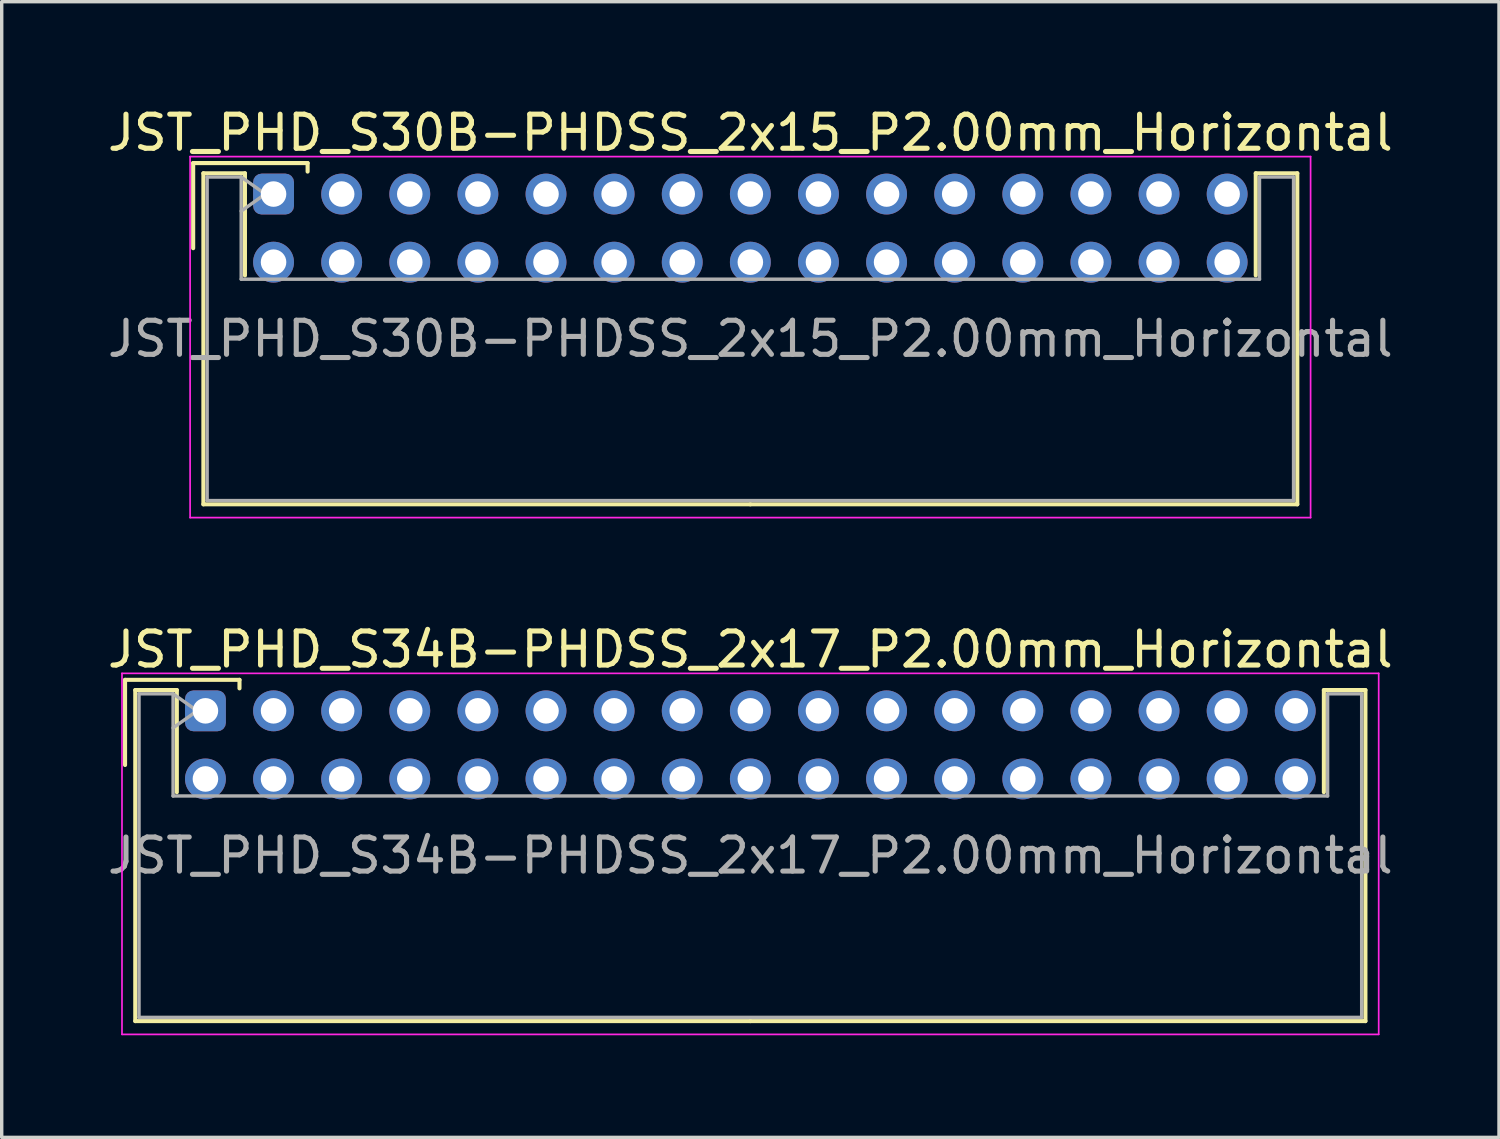
<source format=kicad_pcb>
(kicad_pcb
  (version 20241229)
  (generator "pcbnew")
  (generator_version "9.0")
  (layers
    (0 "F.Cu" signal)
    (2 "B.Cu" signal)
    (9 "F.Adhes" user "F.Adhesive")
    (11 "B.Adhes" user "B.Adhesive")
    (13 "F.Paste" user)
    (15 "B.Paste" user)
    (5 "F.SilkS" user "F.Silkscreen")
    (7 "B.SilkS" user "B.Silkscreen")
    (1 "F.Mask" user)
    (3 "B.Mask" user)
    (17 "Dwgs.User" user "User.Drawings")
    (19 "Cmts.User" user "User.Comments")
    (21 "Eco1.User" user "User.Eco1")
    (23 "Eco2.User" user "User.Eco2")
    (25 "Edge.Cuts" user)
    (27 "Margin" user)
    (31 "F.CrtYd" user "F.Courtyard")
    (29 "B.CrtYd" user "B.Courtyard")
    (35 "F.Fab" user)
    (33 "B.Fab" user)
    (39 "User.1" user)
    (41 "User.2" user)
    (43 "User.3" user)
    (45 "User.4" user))
  (footprint "JST_PHD_S30B-PHDSS_2x15_P2.00mm_Horizontal"
    (layer "F.Cu")
    (at 4.982 2.648)
    (property "Reference" "JST_PHD_S30B-PHDSS_2x15_P2.00mm_Horizontal" (at 14 -1.8 0) (layer "F.SilkS") (effects (font (size 1 1) (thickness 0.15))))
    (attr through_hole)
    (fp_line (start -2.36 -0.91) (end -2.36 1.59) (stroke (width 0.12) (type solid)) (layer "F.SilkS"))
    (fp_line (start -2.06 -0.61) (end -2.06 9.11) (stroke (width 0.12) (type solid)) (layer "F.SilkS"))
    (fp_line (start -2.06 9.11) (end 14 9.11) (stroke (width 0.12) (type solid)) (layer "F.SilkS"))
    (fp_line (start -0.84 -0.61) (end -2.06 -0.61) (stroke (width 0.12) (type solid)) (layer "F.SilkS"))
    (fp_line (start -0.84 2.39) (end -0.84 -0.61) (stroke (width 0.12) (type solid)) (layer "F.SilkS"))
    (fp_line (start 1 -0.91) (end -2.36 -0.91) (stroke (width 0.12) (type solid)) (layer "F.SilkS"))
    (fp_line (start 1 -0.66) (end 1 -0.91) (stroke (width 0.12) (type solid)) (layer "F.SilkS"))
    (fp_line (start 28.84 -0.61) (end 30.06 -0.61) (stroke (width 0.12) (type solid)) (layer "F.SilkS"))
    (fp_line (start 28.84 2.39) (end 28.84 -0.61) (stroke (width 0.12) (type solid)) (layer "F.SilkS"))
    (fp_line (start 30.06 -0.61) (end 30.06 9.11) (stroke (width 0.12) (type solid)) (layer "F.SilkS"))
    (fp_line (start 30.06 9.11) (end 14 9.11) (stroke (width 0.12) (type solid)) (layer "F.SilkS"))
    (fp_line (start -2.45 -1.1) (end -2.45 9.5) (stroke (width 0.05) (type solid)) (layer "F.CrtYd"))
    (fp_line (start -2.45 9.5) (end 30.45 9.5) (stroke (width 0.05) (type solid)) (layer "F.CrtYd"))
    (fp_line (start 30.45 -1.1) (end -2.45 -1.1) (stroke (width 0.05) (type solid)) (layer "F.CrtYd"))
    (fp_line (start 30.45 9.5) (end 30.45 -1.1) (stroke (width 0.05) (type solid)) (layer "F.CrtYd"))
    (fp_line (start -1.95 -0.5) (end -0.95 -0.5) (stroke (width 0.1) (type solid)) (layer "F.Fab"))
    (fp_line (start -1.95 9) (end -1.95 -0.5) (stroke (width 0.1) (type solid)) (layer "F.Fab"))
    (fp_line (start -0.95 -0.5) (end -0.95 2.5) (stroke (width 0.1) (type solid)) (layer "F.Fab"))
    (fp_line (start -0.95 -0.5) (end -0.243 0) (stroke (width 0.1) (type solid)) (layer "F.Fab"))
    (fp_line (start -0.95 2.5) (end 28.95 2.5) (stroke (width 0.1) (type solid)) (layer "F.Fab"))
    (fp_line (start -0.243 0) (end -0.95 0.5) (stroke (width 0.1) (type solid)) (layer "F.Fab"))
    (fp_line (start 28.95 -0.5) (end 29.95 -0.5) (stroke (width 0.1) (type solid)) (layer "F.Fab"))
    (fp_line (start 28.95 2.5) (end 28.95 -0.5) (stroke (width 0.1) (type solid)) (layer "F.Fab"))
    (fp_line (start 29.95 -0.5) (end 29.95 9) (stroke (width 0.1) (type solid)) (layer "F.Fab"))
    (fp_line (start 29.95 9) (end -1.95 9) (stroke (width 0.1) (type solid)) (layer "F.Fab"))
    (fp_text user "${REFERENCE}" (at 14 4.25 0) (layer "F.Fab") (effects (font (size 1 1) (thickness 0.15))))
    (pad "1" thru_hole roundrect (at 0 0) (size 1.2 1.2) (drill 0.75) (layers "*.Cu" "*.Mask") (roundrect_rratio 0.208))
    (pad "2" thru_hole circle (at 0 2) (size 1.2 1.2) (drill 0.75) (layers "*.Cu" "*.Mask"))
    (pad "3" thru_hole circle (at 2 0) (size 1.2 1.2) (drill 0.75) (layers "*.Cu" "*.Mask"))
    (pad "4" thru_hole circle (at 2 2) (size 1.2 1.2) (drill 0.75) (layers "*.Cu" "*.Mask"))
    (pad "5" thru_hole circle (at 4 0) (size 1.2 1.2) (drill 0.75) (layers "*.Cu" "*.Mask"))
    (pad "6" thru_hole circle (at 4 2) (size 1.2 1.2) (drill 0.75) (layers "*.Cu" "*.Mask"))
    (pad "7" thru_hole circle (at 6 0) (size 1.2 1.2) (drill 0.75) (layers "*.Cu" "*.Mask"))
    (pad "8" thru_hole circle (at 6 2) (size 1.2 1.2) (drill 0.75) (layers "*.Cu" "*.Mask"))
    (pad "9" thru_hole circle (at 8 0) (size 1.2 1.2) (drill 0.75) (layers "*.Cu" "*.Mask"))
    (pad "10" thru_hole circle (at 8 2) (size 1.2 1.2) (drill 0.75) (layers "*.Cu" "*.Mask"))
    (pad "11" thru_hole circle (at 10 0) (size 1.2 1.2) (drill 0.75) (layers "*.Cu" "*.Mask"))
    (pad "12" thru_hole circle (at 10 2) (size 1.2 1.2) (drill 0.75) (layers "*.Cu" "*.Mask"))
    (pad "13" thru_hole circle (at 12 0) (size 1.2 1.2) (drill 0.75) (layers "*.Cu" "*.Mask"))
    (pad "14" thru_hole circle (at 12 2) (size 1.2 1.2) (drill 0.75) (layers "*.Cu" "*.Mask"))
    (pad "15" thru_hole circle (at 14 0) (size 1.2 1.2) (drill 0.75) (layers "*.Cu" "*.Mask"))
    (pad "16" thru_hole circle (at 14 2) (size 1.2 1.2) (drill 0.75) (layers "*.Cu" "*.Mask"))
    (pad "17" thru_hole circle (at 16 0) (size 1.2 1.2) (drill 0.75) (layers "*.Cu" "*.Mask"))
    (pad "18" thru_hole circle (at 16 2) (size 1.2 1.2) (drill 0.75) (layers "*.Cu" "*.Mask"))
    (pad "19" thru_hole circle (at 18 0) (size 1.2 1.2) (drill 0.75) (layers "*.Cu" "*.Mask"))
    (pad "20" thru_hole circle (at 18 2) (size 1.2 1.2) (drill 0.75) (layers "*.Cu" "*.Mask"))
    (pad "21" thru_hole circle (at 20 0) (size 1.2 1.2) (drill 0.75) (layers "*.Cu" "*.Mask"))
    (pad "22" thru_hole circle (at 20 2) (size 1.2 1.2) (drill 0.75) (layers "*.Cu" "*.Mask"))
    (pad "23" thru_hole circle (at 22 0) (size 1.2 1.2) (drill 0.75) (layers "*.Cu" "*.Mask"))
    (pad "24" thru_hole circle (at 22 2) (size 1.2 1.2) (drill 0.75) (layers "*.Cu" "*.Mask"))
    (pad "25" thru_hole circle (at 24 0) (size 1.2 1.2) (drill 0.75) (layers "*.Cu" "*.Mask"))
    (pad "26" thru_hole circle (at 24 2) (size 1.2 1.2) (drill 0.75) (layers "*.Cu" "*.Mask"))
    (pad "27" thru_hole circle (at 26 0) (size 1.2 1.2) (drill 0.75) (layers "*.Cu" "*.Mask"))
    (pad "28" thru_hole circle (at 26 2) (size 1.2 1.2) (drill 0.75) (layers "*.Cu" "*.Mask"))
    (pad "29" thru_hole circle (at 28 0) (size 1.2 1.2) (drill 0.75) (layers "*.Cu" "*.Mask"))
    (pad "30" thru_hole circle (at 28 2) (size 1.2 1.2) (drill 0.75) (layers "*.Cu" "*.Mask")))
  (footprint "JST_PHD_S34B-PHDSS_2x17_P2.00mm_Horizontal"
    (layer "F.Cu")
    (at 2.982 17.822)
    (property "Reference" "JST_PHD_S34B-PHDSS_2x17_P2.00mm_Horizontal" (at 16 -1.8 0) (layer "F.SilkS") (effects (font (size 1 1) (thickness 0.15))))
    (attr through_hole)
    (fp_line (start -2.36 -0.91) (end -2.36 1.59) (stroke (width 0.12) (type solid)) (layer "F.SilkS"))
    (fp_line (start -2.06 -0.61) (end -2.06 9.11) (stroke (width 0.12) (type solid)) (layer "F.SilkS"))
    (fp_line (start -2.06 9.11) (end 16 9.11) (stroke (width 0.12) (type solid)) (layer "F.SilkS"))
    (fp_line (start -0.84 -0.61) (end -2.06 -0.61) (stroke (width 0.12) (type solid)) (layer "F.SilkS"))
    (fp_line (start -0.84 2.39) (end -0.84 -0.61) (stroke (width 0.12) (type solid)) (layer "F.SilkS"))
    (fp_line (start 1 -0.91) (end -2.36 -0.91) (stroke (width 0.12) (type solid)) (layer "F.SilkS"))
    (fp_line (start 1 -0.66) (end 1 -0.91) (stroke (width 0.12) (type solid)) (layer "F.SilkS"))
    (fp_line (start 32.84 -0.61) (end 34.06 -0.61) (stroke (width 0.12) (type solid)) (layer "F.SilkS"))
    (fp_line (start 32.84 2.39) (end 32.84 -0.61) (stroke (width 0.12) (type solid)) (layer "F.SilkS"))
    (fp_line (start 34.06 -0.61) (end 34.06 9.11) (stroke (width 0.12) (type solid)) (layer "F.SilkS"))
    (fp_line (start 34.06 9.11) (end 16 9.11) (stroke (width 0.12) (type solid)) (layer "F.SilkS"))
    (fp_line (start -2.45 -1.1) (end -2.45 9.5) (stroke (width 0.05) (type solid)) (layer "F.CrtYd"))
    (fp_line (start -2.45 9.5) (end 34.45 9.5) (stroke (width 0.05) (type solid)) (layer "F.CrtYd"))
    (fp_line (start 34.45 -1.1) (end -2.45 -1.1) (stroke (width 0.05) (type solid)) (layer "F.CrtYd"))
    (fp_line (start 34.45 9.5) (end 34.45 -1.1) (stroke (width 0.05) (type solid)) (layer "F.CrtYd"))
    (fp_line (start -1.95 -0.5) (end -0.95 -0.5) (stroke (width 0.1) (type solid)) (layer "F.Fab"))
    (fp_line (start -1.95 9) (end -1.95 -0.5) (stroke (width 0.1) (type solid)) (layer "F.Fab"))
    (fp_line (start -0.95 -0.5) (end -0.95 2.5) (stroke (width 0.1) (type solid)) (layer "F.Fab"))
    (fp_line (start -0.95 -0.5) (end -0.243 0) (stroke (width 0.1) (type solid)) (layer "F.Fab"))
    (fp_line (start -0.95 2.5) (end 32.95 2.5) (stroke (width 0.1) (type solid)) (layer "F.Fab"))
    (fp_line (start -0.243 0) (end -0.95 0.5) (stroke (width 0.1) (type solid)) (layer "F.Fab"))
    (fp_line (start 32.95 -0.5) (end 33.95 -0.5) (stroke (width 0.1) (type solid)) (layer "F.Fab"))
    (fp_line (start 32.95 2.5) (end 32.95 -0.5) (stroke (width 0.1) (type solid)) (layer "F.Fab"))
    (fp_line (start 33.95 -0.5) (end 33.95 9) (stroke (width 0.1) (type solid)) (layer "F.Fab"))
    (fp_line (start 33.95 9) (end -1.95 9) (stroke (width 0.1) (type solid)) (layer "F.Fab"))
    (fp_text user "${REFERENCE}" (at 16 4.25 0) (layer "F.Fab") (effects (font (size 1 1) (thickness 0.15))))
    (pad "1" thru_hole roundrect (at 0 0) (size 1.2 1.2) (drill 0.75) (layers "*.Cu" "*.Mask") (roundrect_rratio 0.208))
    (pad "2" thru_hole circle (at 0 2) (size 1.2 1.2) (drill 0.75) (layers "*.Cu" "*.Mask"))
    (pad "3" thru_hole circle (at 2 0) (size 1.2 1.2) (drill 0.75) (layers "*.Cu" "*.Mask"))
    (pad "4" thru_hole circle (at 2 2) (size 1.2 1.2) (drill 0.75) (layers "*.Cu" "*.Mask"))
    (pad "5" thru_hole circle (at 4 0) (size 1.2 1.2) (drill 0.75) (layers "*.Cu" "*.Mask"))
    (pad "6" thru_hole circle (at 4 2) (size 1.2 1.2) (drill 0.75) (layers "*.Cu" "*.Mask"))
    (pad "7" thru_hole circle (at 6 0) (size 1.2 1.2) (drill 0.75) (layers "*.Cu" "*.Mask"))
    (pad "8" thru_hole circle (at 6 2) (size 1.2 1.2) (drill 0.75) (layers "*.Cu" "*.Mask"))
    (pad "9" thru_hole circle (at 8 0) (size 1.2 1.2) (drill 0.75) (layers "*.Cu" "*.Mask"))
    (pad "10" thru_hole circle (at 8 2) (size 1.2 1.2) (drill 0.75) (layers "*.Cu" "*.Mask"))
    (pad "11" thru_hole circle (at 10 0) (size 1.2 1.2) (drill 0.75) (layers "*.Cu" "*.Mask"))
    (pad "12" thru_hole circle (at 10 2) (size 1.2 1.2) (drill 0.75) (layers "*.Cu" "*.Mask"))
    (pad "13" thru_hole circle (at 12 0) (size 1.2 1.2) (drill 0.75) (layers "*.Cu" "*.Mask"))
    (pad "14" thru_hole circle (at 12 2) (size 1.2 1.2) (drill 0.75) (layers "*.Cu" "*.Mask"))
    (pad "15" thru_hole circle (at 14 0) (size 1.2 1.2) (drill 0.75) (layers "*.Cu" "*.Mask"))
    (pad "16" thru_hole circle (at 14 2) (size 1.2 1.2) (drill 0.75) (layers "*.Cu" "*.Mask"))
    (pad "17" thru_hole circle (at 16 0) (size 1.2 1.2) (drill 0.75) (layers "*.Cu" "*.Mask"))
    (pad "18" thru_hole circle (at 16 2) (size 1.2 1.2) (drill 0.75) (layers "*.Cu" "*.Mask"))
    (pad "19" thru_hole circle (at 18 0) (size 1.2 1.2) (drill 0.75) (layers "*.Cu" "*.Mask"))
    (pad "20" thru_hole circle (at 18 2) (size 1.2 1.2) (drill 0.75) (layers "*.Cu" "*.Mask"))
    (pad "21" thru_hole circle (at 20 0) (size 1.2 1.2) (drill 0.75) (layers "*.Cu" "*.Mask"))
    (pad "22" thru_hole circle (at 20 2) (size 1.2 1.2) (drill 0.75) (layers "*.Cu" "*.Mask"))
    (pad "23" thru_hole circle (at 22 0) (size 1.2 1.2) (drill 0.75) (layers "*.Cu" "*.Mask"))
    (pad "24" thru_hole circle (at 22 2) (size 1.2 1.2) (drill 0.75) (layers "*.Cu" "*.Mask"))
    (pad "25" thru_hole circle (at 24 0) (size 1.2 1.2) (drill 0.75) (layers "*.Cu" "*.Mask"))
    (pad "26" thru_hole circle (at 24 2) (size 1.2 1.2) (drill 0.75) (layers "*.Cu" "*.Mask"))
    (pad "27" thru_hole circle (at 26 0) (size 1.2 1.2) (drill 0.75) (layers "*.Cu" "*.Mask"))
    (pad "28" thru_hole circle (at 26 2) (size 1.2 1.2) (drill 0.75) (layers "*.Cu" "*.Mask"))
    (pad "29" thru_hole circle (at 28 0) (size 1.2 1.2) (drill 0.75) (layers "*.Cu" "*.Mask"))
    (pad "30" thru_hole circle (at 28 2) (size 1.2 1.2) (drill 0.75) (layers "*.Cu" "*.Mask"))
    (pad "31" thru_hole circle (at 30 0) (size 1.2 1.2) (drill 0.75) (layers "*.Cu" "*.Mask"))
    (pad "32" thru_hole circle (at 30 2) (size 1.2 1.2) (drill 0.75) (layers "*.Cu" "*.Mask"))
    (pad "33" thru_hole circle (at 32 0) (size 1.2 1.2) (drill 0.75) (layers "*.Cu" "*.Mask"))
    (pad "34" thru_hole circle (at 32 2) (size 1.2 1.2) (drill 0.75) (layers "*.Cu" "*.Mask")))
  (gr_rect
    (start -3 -3)
    (end 40.964 30.346)
    (stroke (width 0.1) (type default))
    (fill no)
    (layer "Edge.Cuts")))
</source>
